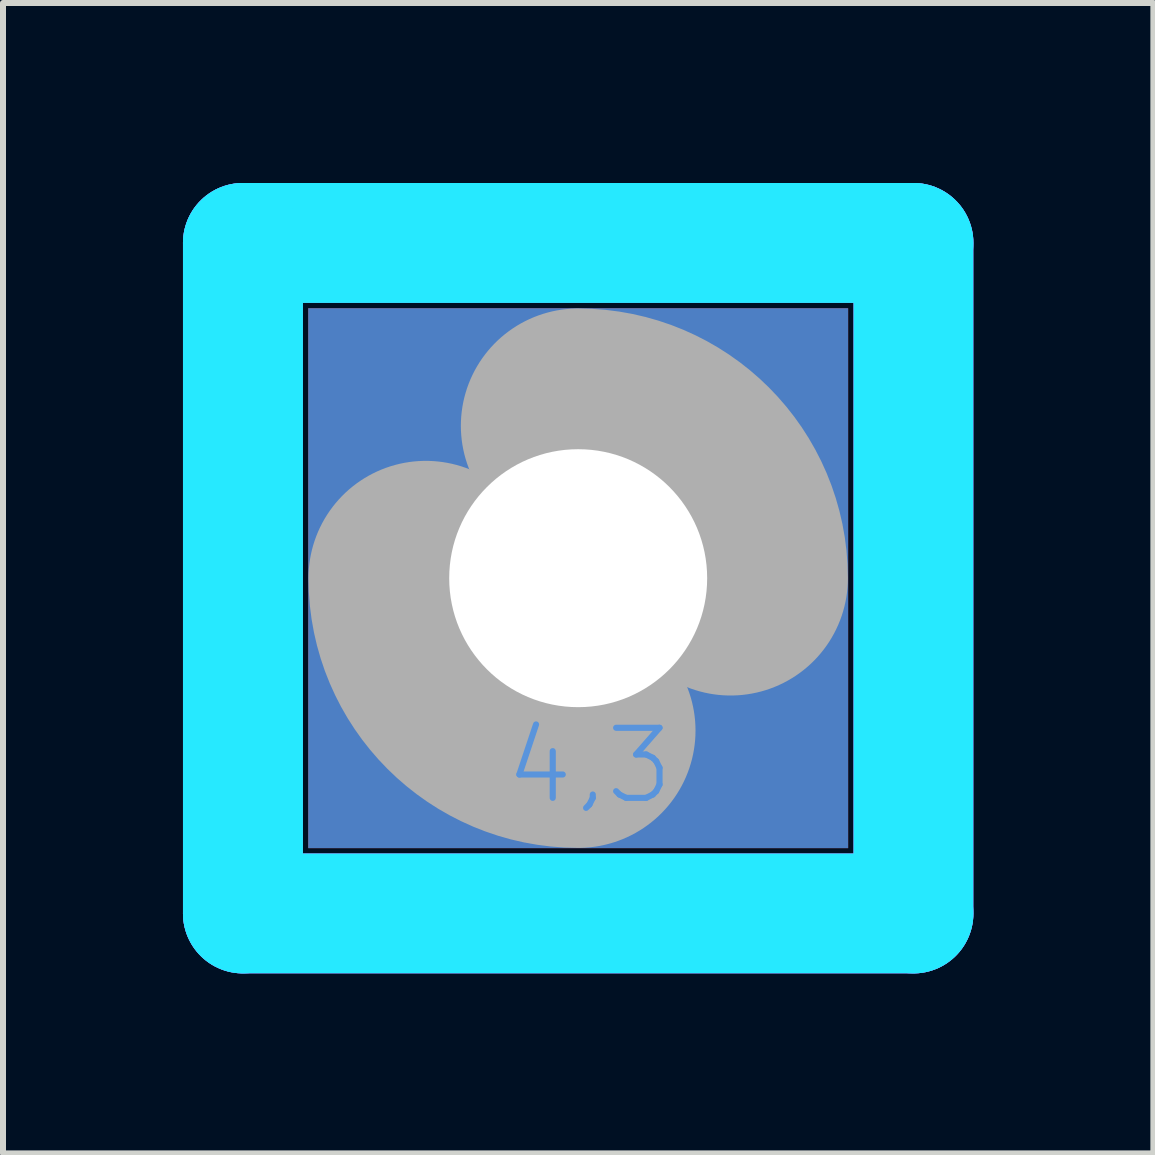
<source format=kicad_pcb>
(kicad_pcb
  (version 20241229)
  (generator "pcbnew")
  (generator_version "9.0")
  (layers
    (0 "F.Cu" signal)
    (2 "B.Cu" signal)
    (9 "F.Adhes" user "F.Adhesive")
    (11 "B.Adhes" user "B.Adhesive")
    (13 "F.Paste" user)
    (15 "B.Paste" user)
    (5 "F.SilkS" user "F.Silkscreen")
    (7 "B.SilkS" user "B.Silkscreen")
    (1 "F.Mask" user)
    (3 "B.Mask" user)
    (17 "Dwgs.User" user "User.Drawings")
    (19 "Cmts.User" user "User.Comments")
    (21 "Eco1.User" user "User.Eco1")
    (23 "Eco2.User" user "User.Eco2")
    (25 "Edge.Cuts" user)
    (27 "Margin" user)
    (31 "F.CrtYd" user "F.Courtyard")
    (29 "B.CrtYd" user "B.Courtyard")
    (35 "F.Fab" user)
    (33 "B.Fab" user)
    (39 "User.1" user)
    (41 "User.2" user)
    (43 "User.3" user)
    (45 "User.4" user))
  (footprint "footprint"
    (layer "F.Cu")
    (at 6.588 6.588)
    (property "Reference" "footprint" (at 0 0 0) (layer "F.SilkS") (effects (font (size 1.27 1.27) (thickness 0.15))))
    (fp_line (start -4.445 -4.445) (end -4.445 4.445) (stroke (width 1.27) (type solid)) (layer "F.Mask"))
    (fp_line (start -4.445 4.445) (end 4.445 4.445) (stroke (width 1.27) (type solid)) (layer "F.Mask"))
    (fp_line (start -3.81 -3.81) (end 3.81 -3.81) (stroke (width 1.27) (type solid)) (layer "F.Mask"))
    (fp_line (start -3.81 3.81) (end -3.81 -3.81) (stroke (width 1.27) (type solid)) (layer "F.Mask"))
    (fp_line (start -3.175 -3.175) (end 3.175 -3.175) (stroke (width 1.27) (type solid)) (layer "F.Mask"))
    (fp_line (start -3.175 -2.54) (end -3.175 -3.175) (stroke (width 1.27) (type solid)) (layer "F.Mask"))
    (fp_line (start -3.175 -2.54) (end -2.54 -2.54) (stroke (width 1.27) (type solid)) (layer "F.Mask"))
    (fp_line (start -3.175 2.54) (end -3.175 -2.54) (stroke (width 1.27) (type solid)) (layer "F.Mask"))
    (fp_line (start -3.175 2.54) (end -2.54 2.54) (stroke (width 1.27) (type solid)) (layer "F.Mask"))
    (fp_line (start -3.175 3.175) (end -3.175 2.54) (stroke (width 1.27) (type solid)) (layer "F.Mask"))
    (fp_line (start 3.175 -3.175) (end 3.175 -2.54) (stroke (width 1.27) (type solid)) (layer "F.Mask"))
    (fp_line (start 3.175 -2.54) (end 2.54 -2.54) (stroke (width 1.27) (type solid)) (layer "F.Mask"))
    (fp_line (start 3.175 -2.54) (end 3.175 2.54) (stroke (width 1.27) (type solid)) (layer "F.Mask"))
    (fp_line (start 3.175 2.54) (end 2.54 2.54) (stroke (width 1.27) (type solid)) (layer "F.Mask"))
    (fp_line (start 3.81 3.175) (end -3.175 3.175) (stroke (width 1.27) (type solid)) (layer "F.Mask"))
    (fp_line (start 3.81 3.175) (end 3.81 -3.81) (stroke (width 1.27) (type solid)) (layer "F.Mask"))
    (fp_line (start 4.445 -4.445) (end -4.445 -4.445) (stroke (width 1.27) (type solid)) (layer "F.Mask"))
    (fp_line (start 4.445 3.81) (end -3.81 3.81) (stroke (width 1.27) (type solid)) (layer "F.Mask"))
    (fp_line (start 4.445 3.81) (end 4.445 -4.445) (stroke (width 1.27) (type solid)) (layer "F.Mask"))
    (fp_line (start 4.445 4.445) (end 4.445 3.81) (stroke (width 1.27) (type solid)) (layer "F.Mask"))
    (fp_line (start -4.445 -4.445) (end 4.445 -4.445) (stroke (width 1.27) (type solid)) (layer "B.Mask"))
    (fp_line (start -4.445 4.445) (end -4.445 -4.445) (stroke (width 1.27) (type solid)) (layer "B.Mask"))
    (fp_line (start -3.81 -3.81) (end 3.81 -3.81) (stroke (width 1.27) (type solid)) (layer "B.Mask"))
    (fp_line (start -3.81 3.81) (end -3.81 -3.81) (stroke (width 1.27) (type solid)) (layer "B.Mask"))
    (fp_line (start -3.175 -3.175) (end -3.175 -2.54) (stroke (width 1.27) (type solid)) (layer "B.Mask"))
    (fp_line (start -3.175 -3.175) (end 3.175 -3.175) (stroke (width 1.27) (type solid)) (layer "B.Mask"))
    (fp_line (start -3.175 -2.54) (end -3.175 2.54) (stroke (width 1.27) (type solid)) (layer "B.Mask"))
    (fp_line (start -3.175 -2.54) (end -2.54 -2.54) (stroke (width 1.27) (type solid)) (layer "B.Mask"))
    (fp_line (start -3.175 2.54) (end -3.175 3.175) (stroke (width 1.27) (type solid)) (layer "B.Mask"))
    (fp_line (start -3.175 2.54) (end -2.54 2.54) (stroke (width 1.27) (type solid)) (layer "B.Mask"))
    (fp_line (start 3.175 -3.175) (end 3.175 -2.54) (stroke (width 1.27) (type solid)) (layer "B.Mask"))
    (fp_line (start 3.175 -2.54) (end 2.54 -2.54) (stroke (width 1.27) (type solid)) (layer "B.Mask"))
    (fp_line (start 3.175 -2.54) (end 3.175 2.54) (stroke (width 1.27) (type solid)) (layer "B.Mask"))
    (fp_line (start 3.175 2.54) (end 2.54 2.54) (stroke (width 1.27) (type solid)) (layer "B.Mask"))
    (fp_line (start 3.81 -3.81) (end 3.81 3.175) (stroke (width 1.27) (type solid)) (layer "B.Mask"))
    (fp_line (start 3.81 3.175) (end -3.175 3.175) (stroke (width 1.27) (type solid)) (layer "B.Mask"))
    (fp_line (start 4.445 -4.445) (end 4.445 4.445) (stroke (width 1.27) (type solid)) (layer "B.Mask"))
    (fp_line (start 4.445 4.445) (end -4.445 4.445) (stroke (width 1.27) (type solid)) (layer "B.Mask"))
    (fp_line (start -4.826 -4.826) (end 4.826 -4.826) (stroke (width 0.203) (type solid)) (layer "F.SilkS"))
    (fp_line (start -4.826 4.826) (end -4.826 -4.826) (stroke (width 0.203) (type solid)) (layer "F.SilkS"))
    (fp_line (start 4.826 -4.826) (end 4.826 4.826) (stroke (width 0.203) (type solid)) (layer "F.SilkS"))
    (fp_line (start 4.826 4.826) (end -4.826 4.826) (stroke (width 0.203) (type solid)) (layer "F.SilkS"))
    (fp_circle (center 0 0) (end 2.25 0) (stroke (width 0.203) (type solid)) (fill no) (layer "F.SilkS"))
    (fp_line (start -5.588 -5.588) (end 5.588 -5.588) (stroke (width 2) (type solid)) (layer "B.CrtYd"))
    (fp_line (start -5.588 5.588) (end -5.588 -5.588) (stroke (width 2) (type solid)) (layer "B.CrtYd"))
    (fp_line (start 5.588 -5.588) (end 5.588 5.588) (stroke (width 2) (type solid)) (layer "B.CrtYd"))
    (fp_line (start 5.588 5.588) (end -5.588 5.588) (stroke (width 2) (type solid)) (layer "B.CrtYd"))
    (fp_line (start -5.588 -5.588) (end 5.588 -5.588) (stroke (width 2) (type solid)) (layer "F.CrtYd"))
    (fp_line (start -5.588 5.588) (end -5.588 -5.588) (stroke (width 2) (type solid)) (layer "F.CrtYd"))
    (fp_line (start 5.588 -5.588) (end 5.588 5.588) (stroke (width 2) (type solid)) (layer "F.CrtYd"))
    (fp_line (start 5.588 5.588) (end -5.588 5.588) (stroke (width 2) (type solid)) (layer "F.CrtYd"))
    (fp_arc (start 0 -2.54) (mid 1.796051 -1.796051) (end 2.54 0) (stroke (width 3.9116) (type solid)) (layer "F.Fab"))
    (fp_arc (start 0 2.54) (mid -1.796051 1.796051) (end -2.54 0) (stroke (width 3.9116) (type solid)) (layer "F.Fab"))
    (fp_circle (center 0 0) (end 0.762 0) (stroke (width 0.457) (type solid)) (fill no) (layer "F.Fab"))
    (fp_text user "4,3" (at -1.27 3.81 0) (layer "Cmts.User") (effects (font (size 1.168 1.168) (thickness 0.102)) (justify left bottom)))
    (pad "B4,3" thru_hole rect (at 0 0) (size 9 9) (drill 4.3) (layers "*.Cu" "*.Mask")))
  (gr_rect
    (start -3 -3)
    (end 16.176 16.176)
    (stroke (width 0.1) (type default))
    (fill no)
    (layer "Edge.Cuts")))
</source>
